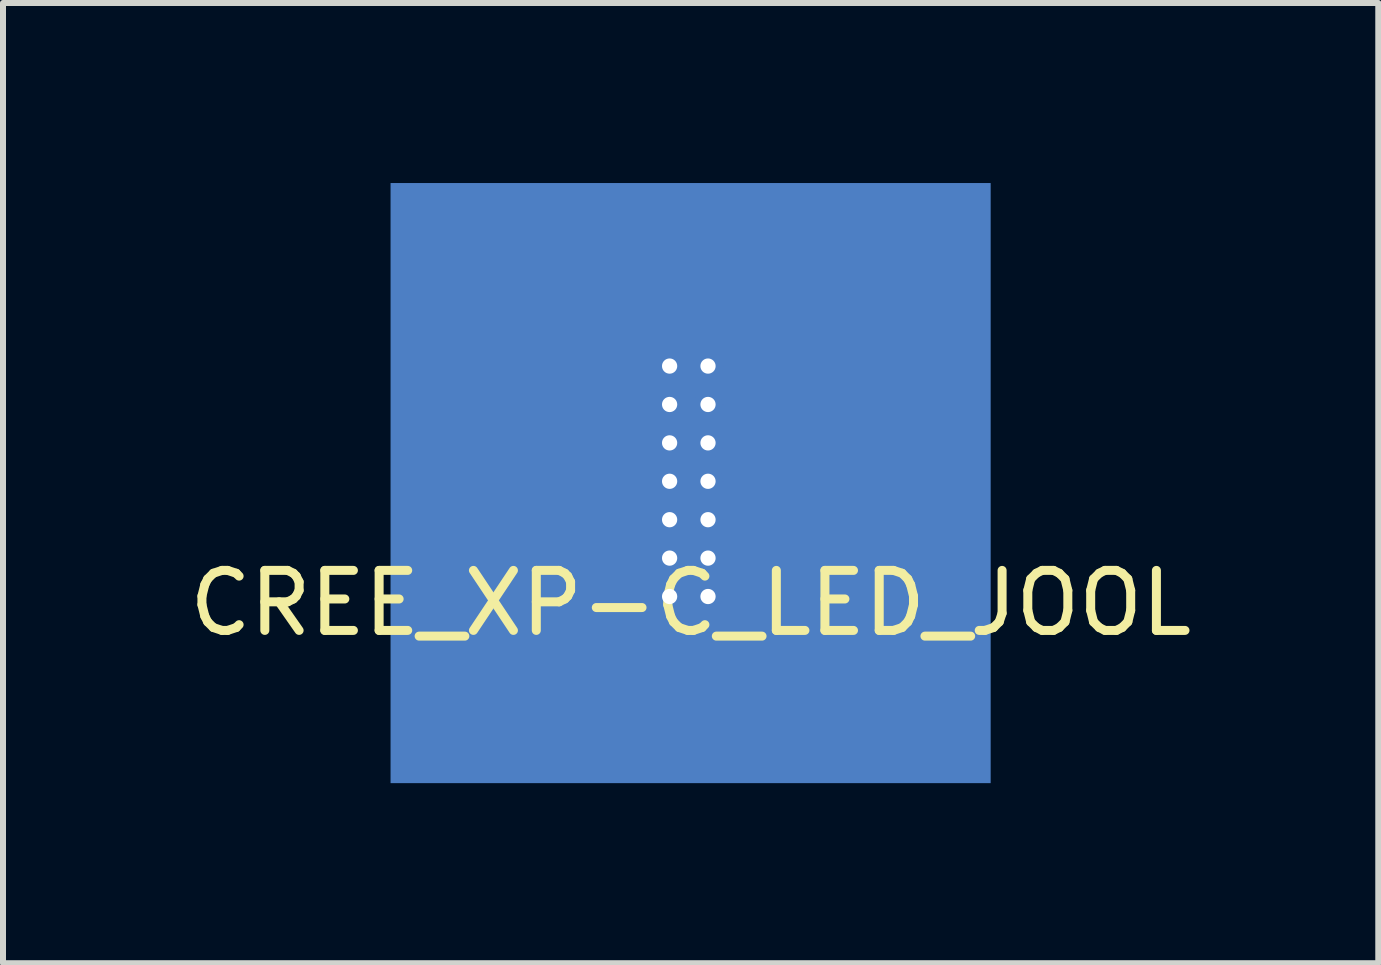
<source format=kicad_pcb>
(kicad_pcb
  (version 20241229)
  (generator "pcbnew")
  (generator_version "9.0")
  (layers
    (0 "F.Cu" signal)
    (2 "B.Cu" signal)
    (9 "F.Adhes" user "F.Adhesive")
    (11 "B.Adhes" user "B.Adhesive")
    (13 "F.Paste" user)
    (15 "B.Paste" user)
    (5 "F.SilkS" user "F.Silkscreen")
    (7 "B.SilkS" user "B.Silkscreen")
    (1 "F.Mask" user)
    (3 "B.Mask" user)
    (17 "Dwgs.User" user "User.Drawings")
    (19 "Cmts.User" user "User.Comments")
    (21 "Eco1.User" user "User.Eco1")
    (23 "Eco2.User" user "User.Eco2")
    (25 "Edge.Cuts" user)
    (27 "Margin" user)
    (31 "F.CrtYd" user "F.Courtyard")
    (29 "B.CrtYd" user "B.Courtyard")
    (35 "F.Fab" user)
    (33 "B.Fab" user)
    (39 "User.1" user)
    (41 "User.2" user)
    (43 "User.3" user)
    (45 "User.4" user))
  (footprint "CREE_XP-C_LED_JOOL"
    (layer "F.Cu")
    (at 8.458 5)
    (property "Reference" "CREE_XP-C_LED_JOOL" (at 0 2 0) (layer "F.SilkS") (effects (font (size 1 1) (thickness 0.15))))
    (attr through_hole)
    (pad "" thru_hole circle (at -0.35 -1.95) (size 0.5 0.5) (drill 0.254) (layers "*.Cu"))
    (pad "" thru_hole circle (at -0.35 -1.31) (size 0.5 0.5) (drill 0.254) (layers "*.Cu"))
    (pad "" thru_hole circle (at -0.35 -0.67) (size 0.5 0.5) (drill 0.254) (layers "*.Cu"))
    (pad "" thru_hole circle (at -0.35 -0.03) (size 0.5 0.5) (drill 0.254) (layers "*.Cu"))
    (pad "" thru_hole circle (at -0.35 0.61) (size 0.5 0.5) (drill 0.254) (layers "*.Cu"))
    (pad "" thru_hole circle (at -0.35 1.25) (size 0.5 0.5) (drill 0.254) (layers "*.Cu"))
    (pad "" thru_hole circle (at -0.35 1.89) (size 0.5 0.5) (drill 0.254) (layers "*.Cu"))
    (pad "" smd rect (at 0 -2.55) (size 6 0.85) (layers "F.Cu" "F.Mask" "F.Paste"))
    (pad "" smd rect (at 0 0) (size 1.3 4.3) (layers "F.Cu" "F.Mask" "F.Paste"))
    (pad "" smd rect (at 0 0) (size 10 10) (layers "B.Cu" "B.Mask" "B.Paste"))
    (pad "" smd rect (at 0.05 2.55) (size 6 0.85) (layers "F.Cu" "F.Mask" "F.Paste"))
    (pad "" thru_hole circle (at 0.29 -1.95) (size 0.5 0.5) (drill 0.254) (layers "*.Cu"))
    (pad "" thru_hole circle (at 0.29 -1.31) (size 0.5 0.5) (drill 0.254) (layers "*.Cu"))
    (pad "" thru_hole circle (at 0.29 -0.67) (size 0.5 0.5) (drill 0.254) (layers "*.Cu"))
    (pad "" thru_hole circle (at 0.29 -0.03) (size 0.5 0.5) (drill 0.254) (layers "*.Cu"))
    (pad "" thru_hole circle (at 0.29 0.61) (size 0.5 0.5) (drill 0.254) (layers "*.Cu"))
    (pad "" thru_hole circle (at 0.29 1.25) (size 0.5 0.5) (drill 0.254) (layers "*.Cu"))
    (pad "" thru_hole circle (at 0.29 1.89) (size 0.5 0.5) (drill 0.254) (layers "*.Cu"))
    (pad "1" smd rect (at -1.85 0) (size 0.4 0.5) (layers "F.Cu" "F.Mask" "F.Paste"))
    (pad "1" smd rect (at -1.4 0) (size 0.5 3.3) (layers "F.Cu" "F.Mask" "F.Paste"))
    (pad "2" smd rect (at 1.4 0) (size 0.5 3.3) (layers "F.Cu" "F.Mask" "F.Paste"))
    (pad "2" smd rect (at 1.85 0) (size 0.4 0.5) (layers "F.Cu" "F.Mask" "F.Paste")))
  (gr_rect
    (start -3 -3)
    (end 19.917 13)
    (stroke (width 0.1) (type default))
    (fill no)
    (layer "Edge.Cuts")))
</source>
